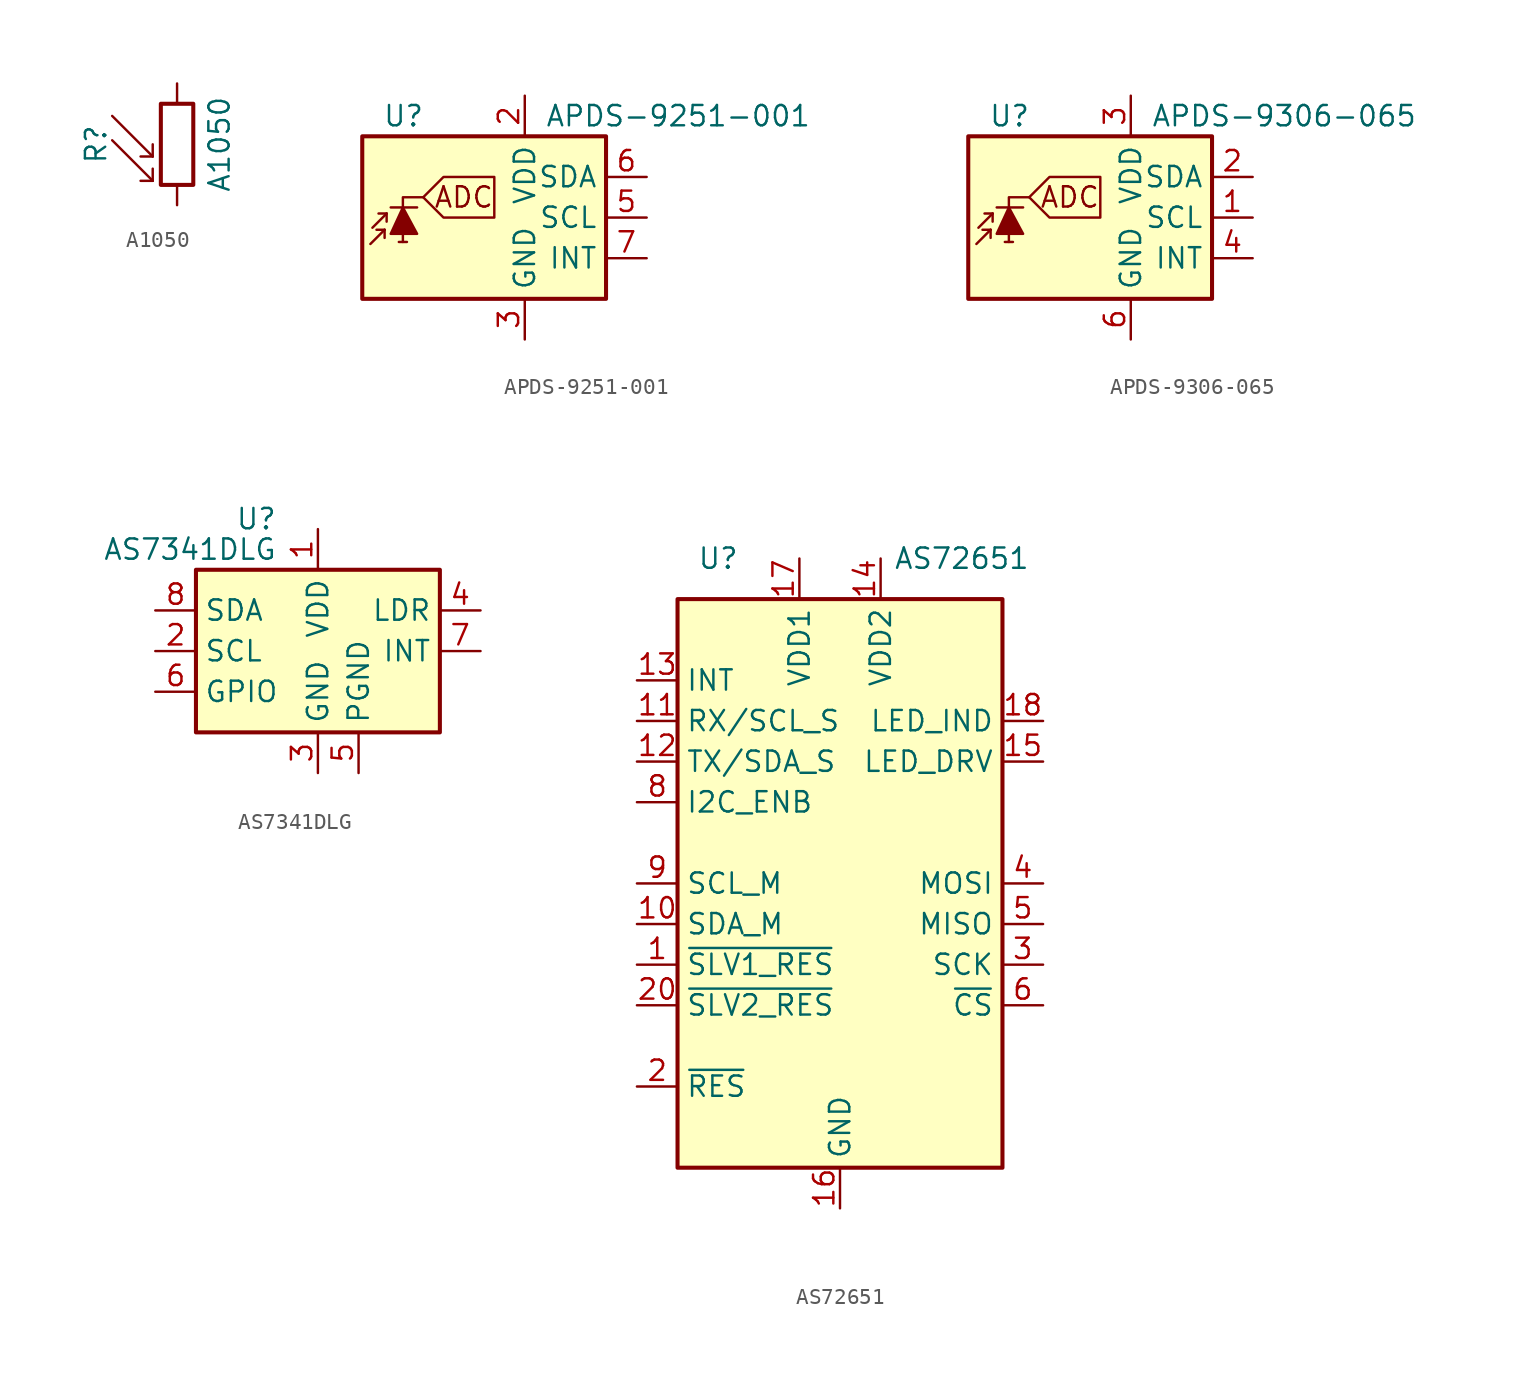
<source format=kicad_sym>
(kicad_symbol_lib
  (version 20231120)
  (generator "kicad_symbol_editor")
  (generator_version "8.0")
  (symbol "A1050"
    (pin_numbers hide)
    (pin_names
      (offset 0))
    (property "Reference" "R"
      (at -5.08 0 90)
      (effects (font (size 1.27 1.27))))
    (property "Value" "A1050"
      (at 1.905 0 90)
      (effects (font (size 1.27 1.27)) (justify top)))
    (symbol "A1050_0_1"
      (rectangle (start -1.016 2.54) (end 1.016 -2.54) (stroke (width 0.254) (type default)) (fill (type none)))
      (polyline (pts (xy -1.524 -2.286) (xy -4.064 0.254)) (stroke (width 0) (type default)) (fill (type none)))
      (polyline (pts (xy -1.524 -2.286) (xy -2.286 -2.286)) (stroke (width 0) (type default)) (fill (type none)))
      (polyline (pts (xy -1.524 -2.286) (xy -1.524 -1.524)) (stroke (width 0) (type default)) (fill (type none)))
      (polyline (pts (xy -1.524 -0.762) (xy -4.064 1.778)) (stroke (width 0) (type default)) (fill (type none)))
      (polyline (pts (xy -1.524 -0.762) (xy -2.286 -0.762)) (stroke (width 0) (type default)) (fill (type none)))
      (polyline (pts (xy -1.524 -0.762) (xy -1.524 0)) (stroke (width 0) (type default)) (fill (type none))))
    (symbol "A1050_1_1"
      (pin passive line (at 0 3.81 270) (length 1.27) (name "~" (effects (font (size 1.27 1.27)))) (number "1" (effects (font (size 1.27 1.27)))))
      (pin passive line (at 0 -3.81 90) (length 1.27) (name "~" (effects (font (size 1.27 1.27)))) (number "2" (effects (font (size 1.27 1.27)))))))
  (symbol "APDS-9251-001"
    (property "Reference" "U"
      (at -6.35 6.35 0)
      (effects (font (size 1.27 1.27)) (justify left)))
    (property "Value" "APDS-9251-001"
      (at 3.81 6.35 0)
      (effects (font (size 1.27 1.27)) (justify left)))
    (symbol "APDS-9251-001_0_0"
      (polyline (pts (xy -3.81 1.27) (xy -2.54 2.54) (xy 0.635 2.54) (xy 0.635 0) (xy -2.54 0) (xy -3.81 1.27)) (stroke (width 0) (type default)) (fill (type none)))
      (text "ADC" (at -1.27 1.27 0) (effects (font (size 1.27 1.27)))))
    (symbol "APDS-9251-001_0_1"
      (rectangle (start -7.62 5.08) (end 7.62 -5.08) (stroke (width 0.254) (type default)) (fill (type background))))
    (symbol "APDS-9251-001_1_0"
      (polyline (pts (xy -5.08 -1.524) (xy -5.08 1.27) (xy -3.81 1.27)) (stroke (width 0) (type default)) (fill (type none))))
    (symbol "APDS-9251-001_1_1"
      (polyline (pts (xy -6.223 -0.762) (xy -7.112 -1.651)) (stroke (width 0) (type default)) (fill (type none)))
      (polyline (pts (xy -6.223 -0.762) (xy -6.731 -0.762)) (stroke (width 0) (type default)) (fill (type none)))
      (polyline (pts (xy -6.223 -0.762) (xy -6.223 -1.27)) (stroke (width 0) (type default)) (fill (type none)))
      (polyline (pts (xy -6.096 0.254) (xy -6.985 -0.635)) (stroke (width 0) (type default)) (fill (type none)))
      (polyline (pts (xy -6.096 0.254) (xy -6.604 0.254)) (stroke (width 0) (type default)) (fill (type none)))
      (polyline (pts (xy -6.096 0.254) (xy -6.096 -0.254)) (stroke (width 0) (type default)) (fill (type none)))
      (polyline (pts (xy -5.842 0.635) (xy -4.191 0.635)) (stroke (width 0) (type default)) (fill (type none)))
      (polyline (pts (xy -4.826 -1.524) (xy -5.334 -1.524)) (stroke (width 0) (type default)) (fill (type none)))
      (polyline (pts (xy -5.842 -1.016) (xy -4.191 -1.016) (xy -5.08 0.635) (xy -5.842 -1.016)) (stroke (width 0) (type default)) (fill (type outline)))
      (pin no_connect line (at -7.62 2.54 0) (length 2.54) hide (name "NC" (effects (font (size 1.27 1.27)))) (number "1" (effects (font (size 1.27 1.27)))))
      (pin power_in line (at 2.54 7.62 270) (length 2.54) (name "VDD" (effects (font (size 1.27 1.27)))) (number "2" (effects (font (size 1.27 1.27)))))
      (pin power_in line (at 2.54 -7.62 90) (length 2.54) (name "GND" (effects (font (size 1.27 1.27)))) (number "3" (effects (font (size 1.27 1.27)))))
      (pin no_connect line (at -7.62 0 0) (length 2.54) hide (name "NC" (effects (font (size 1.27 1.27)))) (number "4" (effects (font (size 1.27 1.27)))))
      (pin input line (at 10.16 0 180) (length 2.54) (name "SCL" (effects (font (size 1.27 1.27)))) (number "5" (effects (font (size 1.27 1.27)))))
      (pin bidirectional line (at 10.16 2.54 180) (length 2.54) (name "SDA" (effects (font (size 1.27 1.27)))) (number "6" (effects (font (size 1.27 1.27)))))
      (pin open_collector line (at 10.16 -2.54 180) (length 2.54) (name "INT" (effects (font (size 1.27 1.27)))) (number "7" (effects (font (size 1.27 1.27)))))
      (pin no_connect line (at -7.62 -2.54 0) (length 2.54) hide (name "NC" (effects (font (size 1.27 1.27)))) (number "8" (effects (font (size 1.27 1.27)))))))
  (symbol "APDS-9306-065"
    (property "Reference" "U"
      (at -6.35 6.35 0)
      (effects (font (size 1.27 1.27)) (justify left)))
    (property "Value" "APDS-9306-065"
      (at 3.81 6.35 0)
      (effects (font (size 1.27 1.27)) (justify left)))
    (symbol "APDS-9306-065_0_0"
      (polyline (pts (xy -3.81 1.27) (xy -2.54 2.54) (xy 0.635 2.54) (xy 0.635 0) (xy -2.54 0) (xy -3.81 1.27)) (stroke (width 0) (type default)) (fill (type none)))
      (text "ADC" (at -1.27 1.27 0) (effects (font (size 1.27 1.27)))))
    (symbol "APDS-9306-065_0_1"
      (rectangle (start -7.62 5.08) (end 7.62 -5.08) (stroke (width 0.254) (type default)) (fill (type background))))
    (symbol "APDS-9306-065_1_0"
      (polyline (pts (xy -5.08 -1.524) (xy -5.08 1.27) (xy -3.81 1.27)) (stroke (width 0) (type default)) (fill (type none))))
    (symbol "APDS-9306-065_1_1"
      (polyline (pts (xy -6.223 -0.762) (xy -7.112 -1.651)) (stroke (width 0) (type default)) (fill (type none)))
      (polyline (pts (xy -6.223 -0.762) (xy -6.731 -0.762)) (stroke (width 0) (type default)) (fill (type none)))
      (polyline (pts (xy -6.223 -0.762) (xy -6.223 -1.27)) (stroke (width 0) (type default)) (fill (type none)))
      (polyline (pts (xy -6.096 0.254) (xy -6.985 -0.635)) (stroke (width 0) (type default)) (fill (type none)))
      (polyline (pts (xy -6.096 0.254) (xy -6.604 0.254)) (stroke (width 0) (type default)) (fill (type none)))
      (polyline (pts (xy -6.096 0.254) (xy -6.096 -0.254)) (stroke (width 0) (type default)) (fill (type none)))
      (polyline (pts (xy -5.842 0.635) (xy -4.191 0.635)) (stroke (width 0) (type default)) (fill (type none)))
      (polyline (pts (xy -4.826 -1.524) (xy -5.334 -1.524)) (stroke (width 0) (type default)) (fill (type none)))
      (polyline (pts (xy -5.842 -1.016) (xy -4.191 -1.016) (xy -5.08 0.635) (xy -5.842 -1.016)) (stroke (width 0) (type default)) (fill (type outline)))
      (pin input line (at 10.16 0 180) (length 2.54) (name "SCL" (effects (font (size 1.27 1.27)))) (number "1" (effects (font (size 1.27 1.27)))))
      (pin bidirectional line (at 10.16 2.54 180) (length 2.54) (name "SDA" (effects (font (size 1.27 1.27)))) (number "2" (effects (font (size 1.27 1.27)))))
      (pin power_in line (at 2.54 7.62 270) (length 2.54) (name "VDD" (effects (font (size 1.27 1.27)))) (number "3" (effects (font (size 1.27 1.27)))))
      (pin open_collector line (at 10.16 -2.54 180) (length 2.54) (name "INT" (effects (font (size 1.27 1.27)))) (number "4" (effects (font (size 1.27 1.27)))))
      (pin no_connect line (at -7.62 2.54 0) (length 2.54) hide (name "NC" (effects (font (size 1.27 1.27)))) (number "5" (effects (font (size 1.27 1.27)))))
      (pin power_in line (at 2.54 -7.62 90) (length 2.54) (name "GND" (effects (font (size 1.27 1.27)))) (number "6" (effects (font (size 1.27 1.27)))))))
  (symbol "AS7341DLG"
    (property "Reference" "U"
      (at -2.54 8.255 0)
      (effects (font (size 1.27 1.27)) (justify right)))
    (property "Value" "AS7341DLG"
      (at -2.54 6.35 0)
      (effects (font (size 1.27 1.27)) (justify right)))
    (symbol "AS7341DLG_0_1"
      (rectangle (start -7.62 5.08) (end 7.62 -5.08) (stroke (width 0.254) (type default)) (fill (type background))))
    (symbol "AS7341DLG_1_1"
      (pin power_in line (at 0 7.62 270) (length 2.54) (name "VDD" (effects (font (size 1.27 1.27)))) (number "1" (effects (font (size 1.27 1.27)))))
      (pin input line (at -10.16 0 0) (length 2.54) (name "SCL" (effects (font (size 1.27 1.27)))) (number "2" (effects (font (size 1.27 1.27)))))
      (pin power_in line (at 0 -7.62 90) (length 2.54) (name "GND" (effects (font (size 1.27 1.27)))) (number "3" (effects (font (size 1.27 1.27)))))
      (pin passive line (at 10.16 2.54 180) (length 2.54) (name "LDR" (effects (font (size 1.27 1.27)))) (number "4" (effects (font (size 1.27 1.27)))))
      (pin power_in line (at 2.54 -7.62 90) (length 2.54) (name "PGND" (effects (font (size 1.27 1.27)))) (number "5" (effects (font (size 1.27 1.27)))))
      (pin input line (at -10.16 -2.54 0) (length 2.54) (name "GPIO" (effects (font (size 1.27 1.27)))) (number "6" (effects (font (size 1.27 1.27)))))
      (pin open_collector line (at 10.16 0 180) (length 2.54) (name "INT" (effects (font (size 1.27 1.27)))) (number "7" (effects (font (size 1.27 1.27)))))
      (pin bidirectional line (at -10.16 2.54 0) (length 2.54) (name "SDA" (effects (font (size 1.27 1.27)))) (number "8" (effects (font (size 1.27 1.27)))))))
  (symbol "AS72651"
    (property "Reference" "U"
      (at -7.62 20.32 0)
      (effects (font (size 1.27 1.27))))
    (property "Value" "AS72651"
      (at 7.62 20.32 0)
      (effects (font (size 1.27 1.27))))
    (symbol "AS72651_0_1"
      (rectangle (start 10.16 -17.78) (end -10.16 17.78) (stroke (width 0.254) (type default)) (fill (type background))))
    (symbol "AS72651_1_1"
      (pin output line (at -12.7 -5.08 0) (length 2.54) (name "~{SLV1_RES}" (effects (font (size 1.27 1.27)))) (number "1" (effects (font (size 1.27 1.27)))))
      (pin bidirectional line (at -12.7 -2.54 0) (length 2.54) (name "SDA_M" (effects (font (size 1.27 1.27)))) (number "10" (effects (font (size 1.27 1.27)))))
      (pin input line (at -12.7 10.16 0) (length 2.54) (name "RX/SCL_S" (effects (font (size 1.27 1.27)))) (number "11" (effects (font (size 1.27 1.27)))))
      (pin bidirectional line (at -12.7 7.62 0) (length 2.54) (name "TX/SDA_S" (effects (font (size 1.27 1.27)))) (number "12" (effects (font (size 1.27 1.27)))))
      (pin output line (at -12.7 12.7 0) (length 2.54) (name "INT" (effects (font (size 1.27 1.27)))) (number "13" (effects (font (size 1.27 1.27)))))
      (pin power_in line (at 2.54 20.32 270) (length 2.54) (name "VDD2" (effects (font (size 1.27 1.27)))) (number "14" (effects (font (size 1.27 1.27)))))
      (pin output line (at 12.7 7.62 180) (length 2.54) (name "LED_DRV" (effects (font (size 1.27 1.27)))) (number "15" (effects (font (size 1.27 1.27)))))
      (pin power_in line (at 0 -20.32 90) (length 2.54) (name "GND" (effects (font (size 1.27 1.27)))) (number "16" (effects (font (size 1.27 1.27)))))
      (pin power_in line (at -2.54 20.32 270) (length 2.54) (name "VDD1" (effects (font (size 1.27 1.27)))) (number "17" (effects (font (size 1.27 1.27)))))
      (pin output line (at 12.7 10.16 180) (length 2.54) (name "LED_IND" (effects (font (size 1.27 1.27)))) (number "18" (effects (font (size 1.27 1.27)))))
      (pin no_connect line (at 10.16 -12.7 180) (length 2.54) hide (name "NC" (effects (font (size 1.27 1.27)))) (number "19" (effects (font (size 1.27 1.27)))))
      (pin input line (at -12.7 -12.7 0) (length 2.54) (name "~{RES}" (effects (font (size 1.27 1.27)))) (number "2" (effects (font (size 1.27 1.27)))))
      (pin output line (at -12.7 -7.62 0) (length 2.54) (name "~{SLV2_RES}" (effects (font (size 1.27 1.27)))) (number "20" (effects (font (size 1.27 1.27)))))
      (pin output line (at 12.7 -5.08 180) (length 2.54) (name "SCK" (effects (font (size 1.27 1.27)))) (number "3" (effects (font (size 1.27 1.27)))))
      (pin output line (at 12.7 0 180) (length 2.54) (name "MOSI" (effects (font (size 1.27 1.27)))) (number "4" (effects (font (size 1.27 1.27)))))
      (pin input line (at 12.7 -2.54 180) (length 2.54) (name "MISO" (effects (font (size 1.27 1.27)))) (number "5" (effects (font (size 1.27 1.27)))))
      (pin output line (at 12.7 -7.62 180) (length 2.54) (name "~{CS}" (effects (font (size 1.27 1.27)))) (number "6" (effects (font (size 1.27 1.27)))))
      (pin no_connect line (at 10.16 -10.16 180) (length 2.54) hide (name "NC" (effects (font (size 1.27 1.27)))) (number "7" (effects (font (size 1.27 1.27)))))
      (pin input line (at -12.7 5.08 0) (length 2.54) (name "I2C_ENB" (effects (font (size 1.27 1.27)))) (number "8" (effects (font (size 1.27 1.27)))))
      (pin output line (at -12.7 0 0) (length 2.54) (name "SCL_M" (effects (font (size 1.27 1.27)))) (number "9" (effects (font (size 1.27 1.27))))))))
</source>
